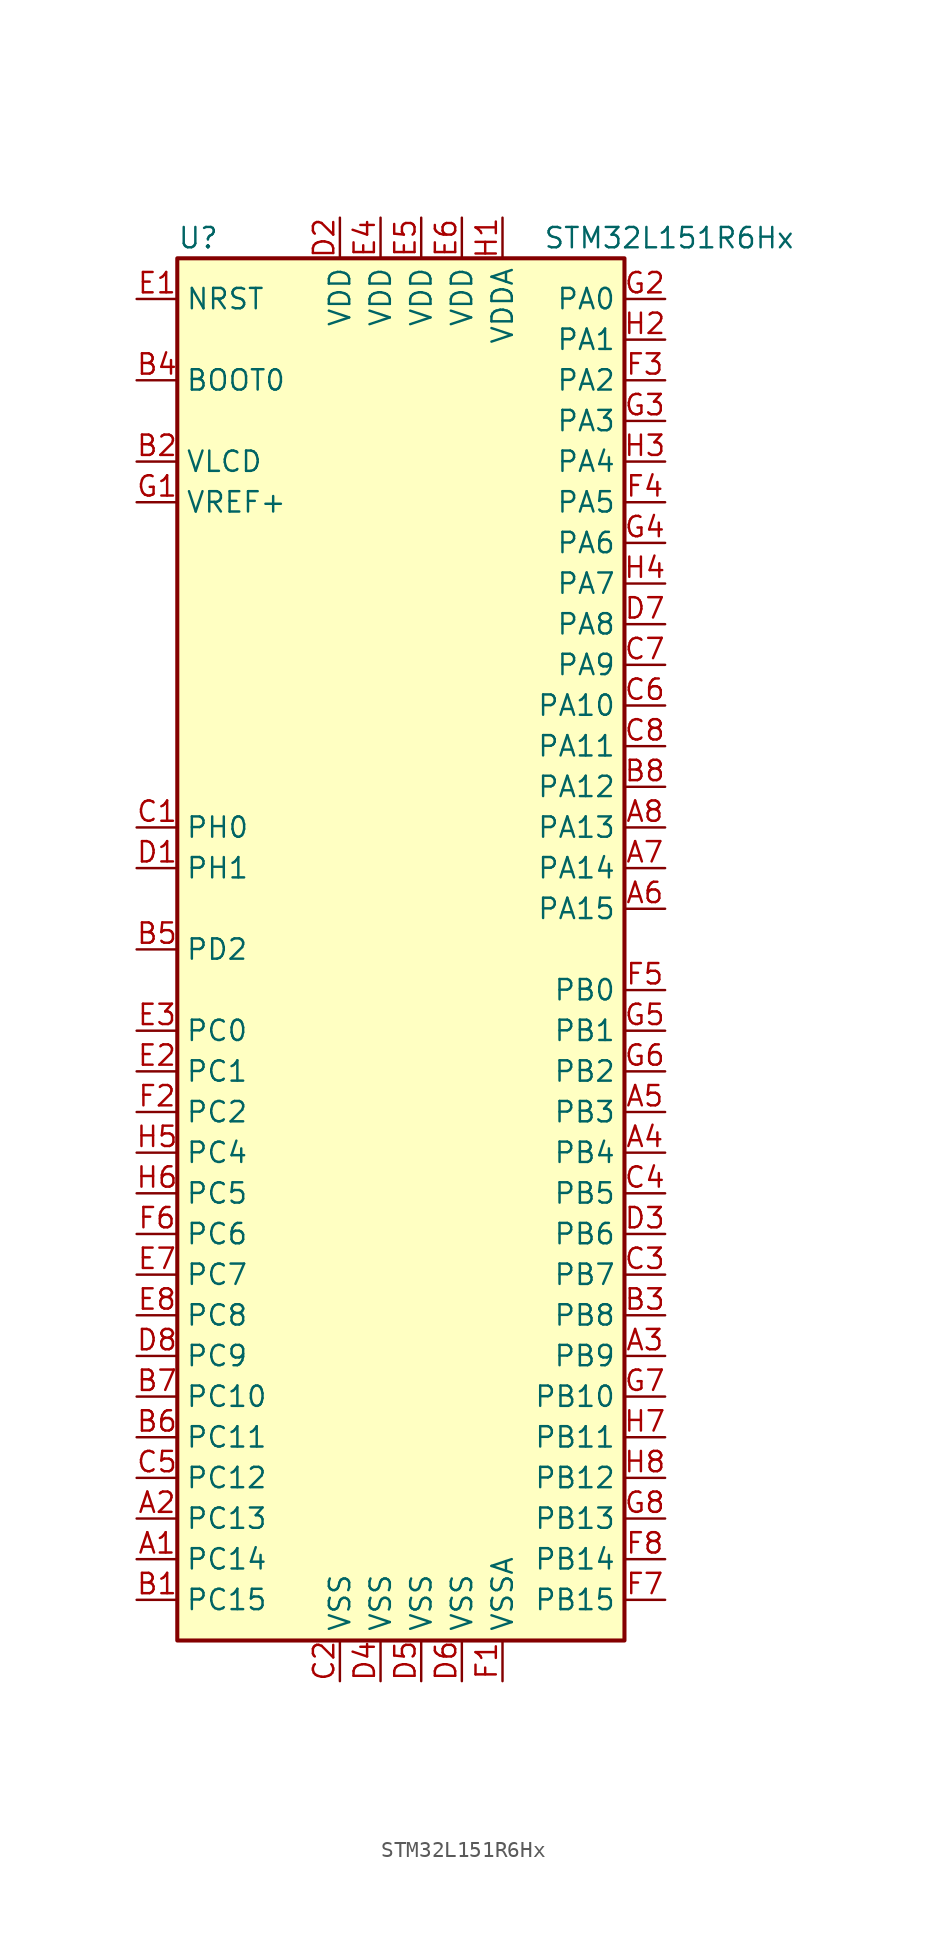
<source format=kicad_sym>
(kicad_symbol_lib
  (version 20201005)
  (generator kicad_symbol_editor)
  (symbol "STM32L151R6Hx"
    (property "Reference" "U"
      (at -15.24 44.45 0)
      (effects (font (size 1.27 1.27)) (justify left)))
    (property "Value" "STM32L151R6Hx"
      (at 7.62 44.45 0)
      (effects (font (size 1.27 1.27)) (justify left)))
    (symbol "STM32L151R6Hx_0_1"
      (rectangle (start -15.24 -43.18) (end 12.7 43.18) (stroke (width 0.254)) (fill (type background))))
    (symbol "STM32L151R6Hx_1_1"
      (pin bidirectional line (at -17.78 -38.1 0) (length 2.54) (name "PC14" (effects (font (size 1.27 1.27)))) (number "A1" (effects (font (size 1.27 1.27)))))
      (pin bidirectional line (at -17.78 -35.56 0) (length 2.54) (name "PC13" (effects (font (size 1.27 1.27)))) (number "A2" (effects (font (size 1.27 1.27)))))
      (pin bidirectional line (at 15.24 -25.4 180) (length 2.54) (name "PB9" (effects (font (size 1.27 1.27)))) (number "A3" (effects (font (size 1.27 1.27)))))
      (pin bidirectional line (at 15.24 -12.7 180) (length 2.54) (name "PB4" (effects (font (size 1.27 1.27)))) (number "A4" (effects (font (size 1.27 1.27)))))
      (pin bidirectional line (at 15.24 -10.16 180) (length 2.54) (name "PB3" (effects (font (size 1.27 1.27)))) (number "A5" (effects (font (size 1.27 1.27)))))
      (pin bidirectional line (at 15.24 2.54 180) (length 2.54) (name "PA15" (effects (font (size 1.27 1.27)))) (number "A6" (effects (font (size 1.27 1.27)))))
      (pin bidirectional line (at 15.24 5.08 180) (length 2.54) (name "PA14" (effects (font (size 1.27 1.27)))) (number "A7" (effects (font (size 1.27 1.27)))))
      (pin bidirectional line (at 15.24 7.62 180) (length 2.54) (name "PA13" (effects (font (size 1.27 1.27)))) (number "A8" (effects (font (size 1.27 1.27)))))
      (pin bidirectional line (at -17.78 -40.64 0) (length 2.54) (name "PC15" (effects (font (size 1.27 1.27)))) (number "B1" (effects (font (size 1.27 1.27)))))
      (pin power_in line (at -17.78 30.48 0) (length 2.54) (name "VLCD" (effects (font (size 1.27 1.27)))) (number "B2" (effects (font (size 1.27 1.27)))))
      (pin bidirectional line (at 15.24 -22.86 180) (length 2.54) (name "PB8" (effects (font (size 1.27 1.27)))) (number "B3" (effects (font (size 1.27 1.27)))))
      (pin input line (at -17.78 35.56 0) (length 2.54) (name "BOOT0" (effects (font (size 1.27 1.27)))) (number "B4" (effects (font (size 1.27 1.27)))))
      (pin bidirectional line (at -17.78 0 0) (length 2.54) (name "PD2" (effects (font (size 1.27 1.27)))) (number "B5" (effects (font (size 1.27 1.27)))))
      (pin bidirectional line (at -17.78 -30.48 0) (length 2.54) (name "PC11" (effects (font (size 1.27 1.27)))) (number "B6" (effects (font (size 1.27 1.27)))))
      (pin bidirectional line (at -17.78 -27.94 0) (length 2.54) (name "PC10" (effects (font (size 1.27 1.27)))) (number "B7" (effects (font (size 1.27 1.27)))))
      (pin bidirectional line (at 15.24 10.16 180) (length 2.54) (name "PA12" (effects (font (size 1.27 1.27)))) (number "B8" (effects (font (size 1.27 1.27)))))
      (pin input line (at -17.78 7.62 0) (length 2.54) (name "PH0" (effects (font (size 1.27 1.27)))) (number "C1" (effects (font (size 1.27 1.27)))))
      (pin power_in line (at -5.08 -45.72 90) (length 2.54) (name "VSS" (effects (font (size 1.27 1.27)))) (number "C2" (effects (font (size 1.27 1.27)))))
      (pin bidirectional line (at 15.24 -20.32 180) (length 2.54) (name "PB7" (effects (font (size 1.27 1.27)))) (number "C3" (effects (font (size 1.27 1.27)))))
      (pin bidirectional line (at 15.24 -15.24 180) (length 2.54) (name "PB5" (effects (font (size 1.27 1.27)))) (number "C4" (effects (font (size 1.27 1.27)))))
      (pin bidirectional line (at -17.78 -33.02 0) (length 2.54) (name "PC12" (effects (font (size 1.27 1.27)))) (number "C5" (effects (font (size 1.27 1.27)))))
      (pin bidirectional line (at 15.24 15.24 180) (length 2.54) (name "PA10" (effects (font (size 1.27 1.27)))) (number "C6" (effects (font (size 1.27 1.27)))))
      (pin bidirectional line (at 15.24 17.78 180) (length 2.54) (name "PA9" (effects (font (size 1.27 1.27)))) (number "C7" (effects (font (size 1.27 1.27)))))
      (pin bidirectional line (at 15.24 12.7 180) (length 2.54) (name "PA11" (effects (font (size 1.27 1.27)))) (number "C8" (effects (font (size 1.27 1.27)))))
      (pin input line (at -17.78 5.08 0) (length 2.54) (name "PH1" (effects (font (size 1.27 1.27)))) (number "D1" (effects (font (size 1.27 1.27)))))
      (pin power_in line (at -5.08 45.72 270) (length 2.54) (name "VDD" (effects (font (size 1.27 1.27)))) (number "D2" (effects (font (size 1.27 1.27)))))
      (pin bidirectional line (at 15.24 -17.78 180) (length 2.54) (name "PB6" (effects (font (size 1.27 1.27)))) (number "D3" (effects (font (size 1.27 1.27)))))
      (pin power_in line (at -2.54 -45.72 90) (length 2.54) (name "VSS" (effects (font (size 1.27 1.27)))) (number "D4" (effects (font (size 1.27 1.27)))))
      (pin power_in line (at 0 -45.72 90) (length 2.54) (name "VSS" (effects (font (size 1.27 1.27)))) (number "D5" (effects (font (size 1.27 1.27)))))
      (pin power_in line (at 2.54 -45.72 90) (length 2.54) (name "VSS" (effects (font (size 1.27 1.27)))) (number "D6" (effects (font (size 1.27 1.27)))))
      (pin bidirectional line (at 15.24 20.32 180) (length 2.54) (name "PA8" (effects (font (size 1.27 1.27)))) (number "D7" (effects (font (size 1.27 1.27)))))
      (pin bidirectional line (at -17.78 -25.4 0) (length 2.54) (name "PC9" (effects (font (size 1.27 1.27)))) (number "D8" (effects (font (size 1.27 1.27)))))
      (pin input line (at -17.78 40.64 0) (length 2.54) (name "NRST" (effects (font (size 1.27 1.27)))) (number "E1" (effects (font (size 1.27 1.27)))))
      (pin bidirectional line (at -17.78 -7.62 0) (length 2.54) (name "PC1" (effects (font (size 1.27 1.27)))) (number "E2" (effects (font (size 1.27 1.27)))))
      (pin bidirectional line (at -17.78 -5.08 0) (length 2.54) (name "PC0" (effects (font (size 1.27 1.27)))) (number "E3" (effects (font (size 1.27 1.27)))))
      (pin power_in line (at -2.54 45.72 270) (length 2.54) (name "VDD" (effects (font (size 1.27 1.27)))) (number "E4" (effects (font (size 1.27 1.27)))))
      (pin power_in line (at 0 45.72 270) (length 2.54) (name "VDD" (effects (font (size 1.27 1.27)))) (number "E5" (effects (font (size 1.27 1.27)))))
      (pin power_in line (at 2.54 45.72 270) (length 2.54) (name "VDD" (effects (font (size 1.27 1.27)))) (number "E6" (effects (font (size 1.27 1.27)))))
      (pin bidirectional line (at -17.78 -20.32 0) (length 2.54) (name "PC7" (effects (font (size 1.27 1.27)))) (number "E7" (effects (font (size 1.27 1.27)))))
      (pin bidirectional line (at -17.78 -22.86 0) (length 2.54) (name "PC8" (effects (font (size 1.27 1.27)))) (number "E8" (effects (font (size 1.27 1.27)))))
      (pin power_in line (at 5.08 -45.72 90) (length 2.54) (name "VSSA" (effects (font (size 1.27 1.27)))) (number "F1" (effects (font (size 1.27 1.27)))))
      (pin bidirectional line (at -17.78 -10.16 0) (length 2.54) (name "PC2" (effects (font (size 1.27 1.27)))) (number "F2" (effects (font (size 1.27 1.27)))))
      (pin bidirectional line (at 15.24 35.56 180) (length 2.54) (name "PA2" (effects (font (size 1.27 1.27)))) (number "F3" (effects (font (size 1.27 1.27)))))
      (pin bidirectional line (at 15.24 27.94 180) (length 2.54) (name "PA5" (effects (font (size 1.27 1.27)))) (number "F4" (effects (font (size 1.27 1.27)))))
      (pin bidirectional line (at 15.24 -2.54 180) (length 2.54) (name "PB0" (effects (font (size 1.27 1.27)))) (number "F5" (effects (font (size 1.27 1.27)))))
      (pin bidirectional line (at -17.78 -17.78 0) (length 2.54) (name "PC6" (effects (font (size 1.27 1.27)))) (number "F6" (effects (font (size 1.27 1.27)))))
      (pin bidirectional line (at 15.24 -40.64 180) (length 2.54) (name "PB15" (effects (font (size 1.27 1.27)))) (number "F7" (effects (font (size 1.27 1.27)))))
      (pin bidirectional line (at 15.24 -38.1 180) (length 2.54) (name "PB14" (effects (font (size 1.27 1.27)))) (number "F8" (effects (font (size 1.27 1.27)))))
      (pin power_in line (at -17.78 27.94 0) (length 2.54) (name "VREF+" (effects (font (size 1.27 1.27)))) (number "G1" (effects (font (size 1.27 1.27)))))
      (pin bidirectional line (at 15.24 40.64 180) (length 2.54) (name "PA0" (effects (font (size 1.27 1.27)))) (number "G2" (effects (font (size 1.27 1.27)))))
      (pin bidirectional line (at 15.24 33.02 180) (length 2.54) (name "PA3" (effects (font (size 1.27 1.27)))) (number "G3" (effects (font (size 1.27 1.27)))))
      (pin bidirectional line (at 15.24 25.4 180) (length 2.54) (name "PA6" (effects (font (size 1.27 1.27)))) (number "G4" (effects (font (size 1.27 1.27)))))
      (pin bidirectional line (at 15.24 -5.08 180) (length 2.54) (name "PB1" (effects (font (size 1.27 1.27)))) (number "G5" (effects (font (size 1.27 1.27)))))
      (pin bidirectional line (at 15.24 -7.62 180) (length 2.54) (name "PB2" (effects (font (size 1.27 1.27)))) (number "G6" (effects (font (size 1.27 1.27)))))
      (pin bidirectional line (at 15.24 -27.94 180) (length 2.54) (name "PB10" (effects (font (size 1.27 1.27)))) (number "G7" (effects (font (size 1.27 1.27)))))
      (pin bidirectional line (at 15.24 -35.56 180) (length 2.54) (name "PB13" (effects (font (size 1.27 1.27)))) (number "G8" (effects (font (size 1.27 1.27)))))
      (pin power_in line (at 5.08 45.72 270) (length 2.54) (name "VDDA" (effects (font (size 1.27 1.27)))) (number "H1" (effects (font (size 1.27 1.27)))))
      (pin bidirectional line (at 15.24 38.1 180) (length 2.54) (name "PA1" (effects (font (size 1.27 1.27)))) (number "H2" (effects (font (size 1.27 1.27)))))
      (pin bidirectional line (at 15.24 30.48 180) (length 2.54) (name "PA4" (effects (font (size 1.27 1.27)))) (number "H3" (effects (font (size 1.27 1.27)))))
      (pin bidirectional line (at 15.24 22.86 180) (length 2.54) (name "PA7" (effects (font (size 1.27 1.27)))) (number "H4" (effects (font (size 1.27 1.27)))))
      (pin bidirectional line (at -17.78 -12.7 0) (length 2.54) (name "PC4" (effects (font (size 1.27 1.27)))) (number "H5" (effects (font (size 1.27 1.27)))))
      (pin bidirectional line (at -17.78 -15.24 0) (length 2.54) (name "PC5" (effects (font (size 1.27 1.27)))) (number "H6" (effects (font (size 1.27 1.27)))))
      (pin bidirectional line (at 15.24 -30.48 180) (length 2.54) (name "PB11" (effects (font (size 1.27 1.27)))) (number "H7" (effects (font (size 1.27 1.27)))))
      (pin bidirectional line (at 15.24 -33.02 180) (length 2.54) (name "PB12" (effects (font (size 1.27 1.27)))) (number "H8" (effects (font (size 1.27 1.27))))))))
</source>
